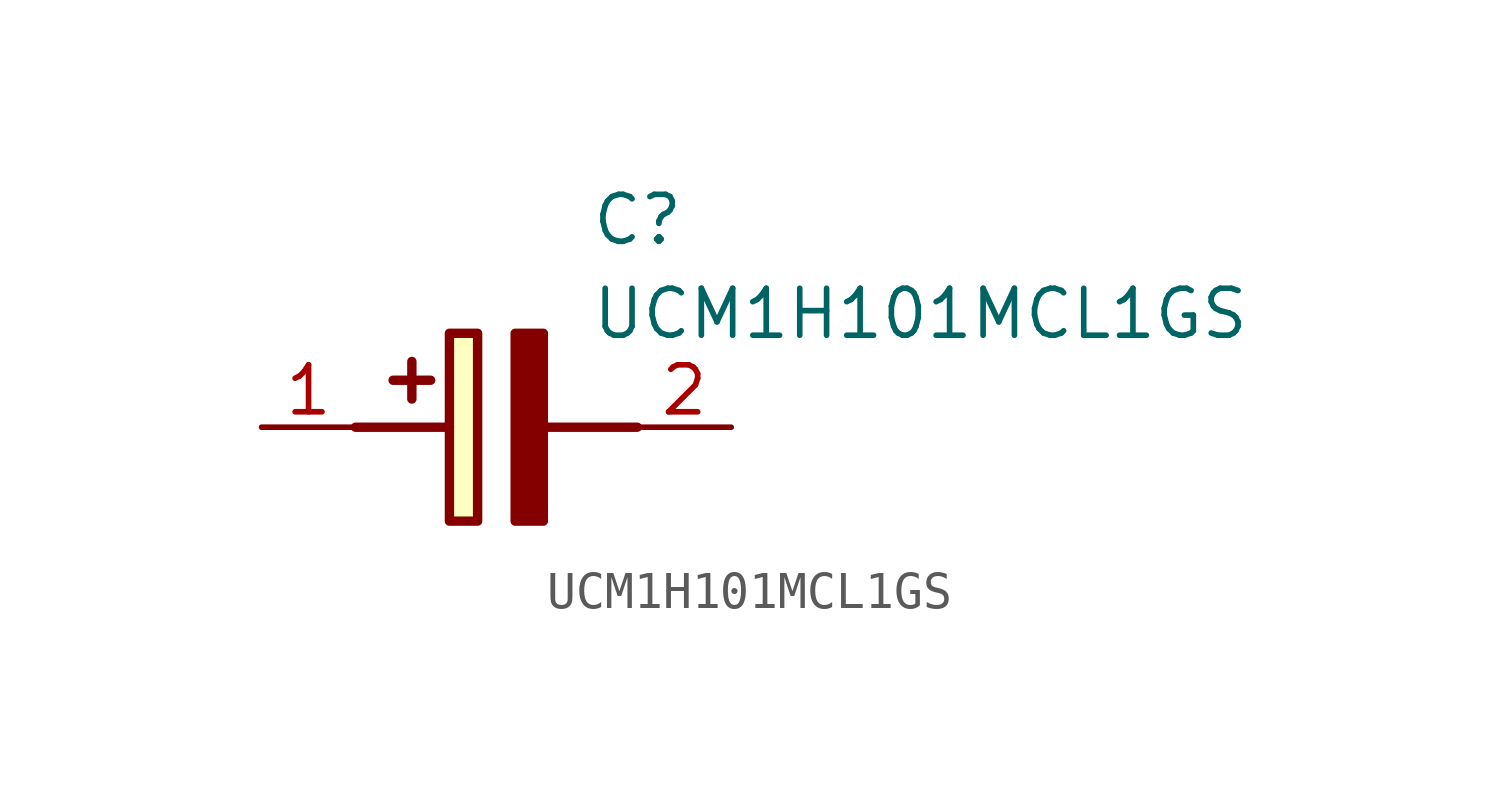
<source format=kicad_sym>
(kicad_symbol_lib
  (version 20211014)
  (generator SamacSys_ECAD_Model)
  (symbol "UCM1H101MCL1GS"
    (pin_names hide)
    (property "Reference" "C"
      (at 8.89 6.35 0)
      (effects (font (size 1.27 1.27)) (justify left top)))
    (property "Value" "UCM1H101MCL1GS"
      (at 8.89 3.81 0)
      (effects (font (size 1.27 1.27)) (justify left top)))
    (rectangle
      (start 5.08 2.54)
      (end 5.842 -2.54)
      (stroke (width 0.254) (type default))
      (fill (type background)))
    (polyline
      (pts (xy 4.572 1.27) (xy 3.556 1.27))
      (stroke (width 0.254) (type default))
      (fill (type none)))
    (polyline
      (pts (xy 4.064 1.778) (xy 4.064 0.762))
      (stroke (width 0.254) (type default))
      (fill (type none)))
    (polyline
      (pts (xy 2.54 0) (xy 5.08 0))
      (stroke (width 0.254) (type default))
      (fill (type none)))
    (polyline
      (pts (xy 7.62 0) (xy 10.16 0))
      (stroke (width 0.254) (type default))
      (fill (type none)))
    (polyline
      (pts (xy 7.62 2.54) (xy 7.62 -2.54) (xy 6.858 -2.54) (xy 6.858 2.54) (xy 7.62 2.54))
      (stroke (width 0.254) (type default))
      (fill (type outline)))
    (pin passive line
      (at 0 0 0)
      (length 2.54)
      (name "+" (effects (font (size 1.27 1.27))))
      (number "1" (effects (font (size 1.27 1.27)))))
    (pin passive line
      (at 12.7 0 180)
      (length 2.54)
      (name "-" (effects (font (size 1.27 1.27))))
      (number "2" (effects (font (size 1.27 1.27)))))))
</source>
